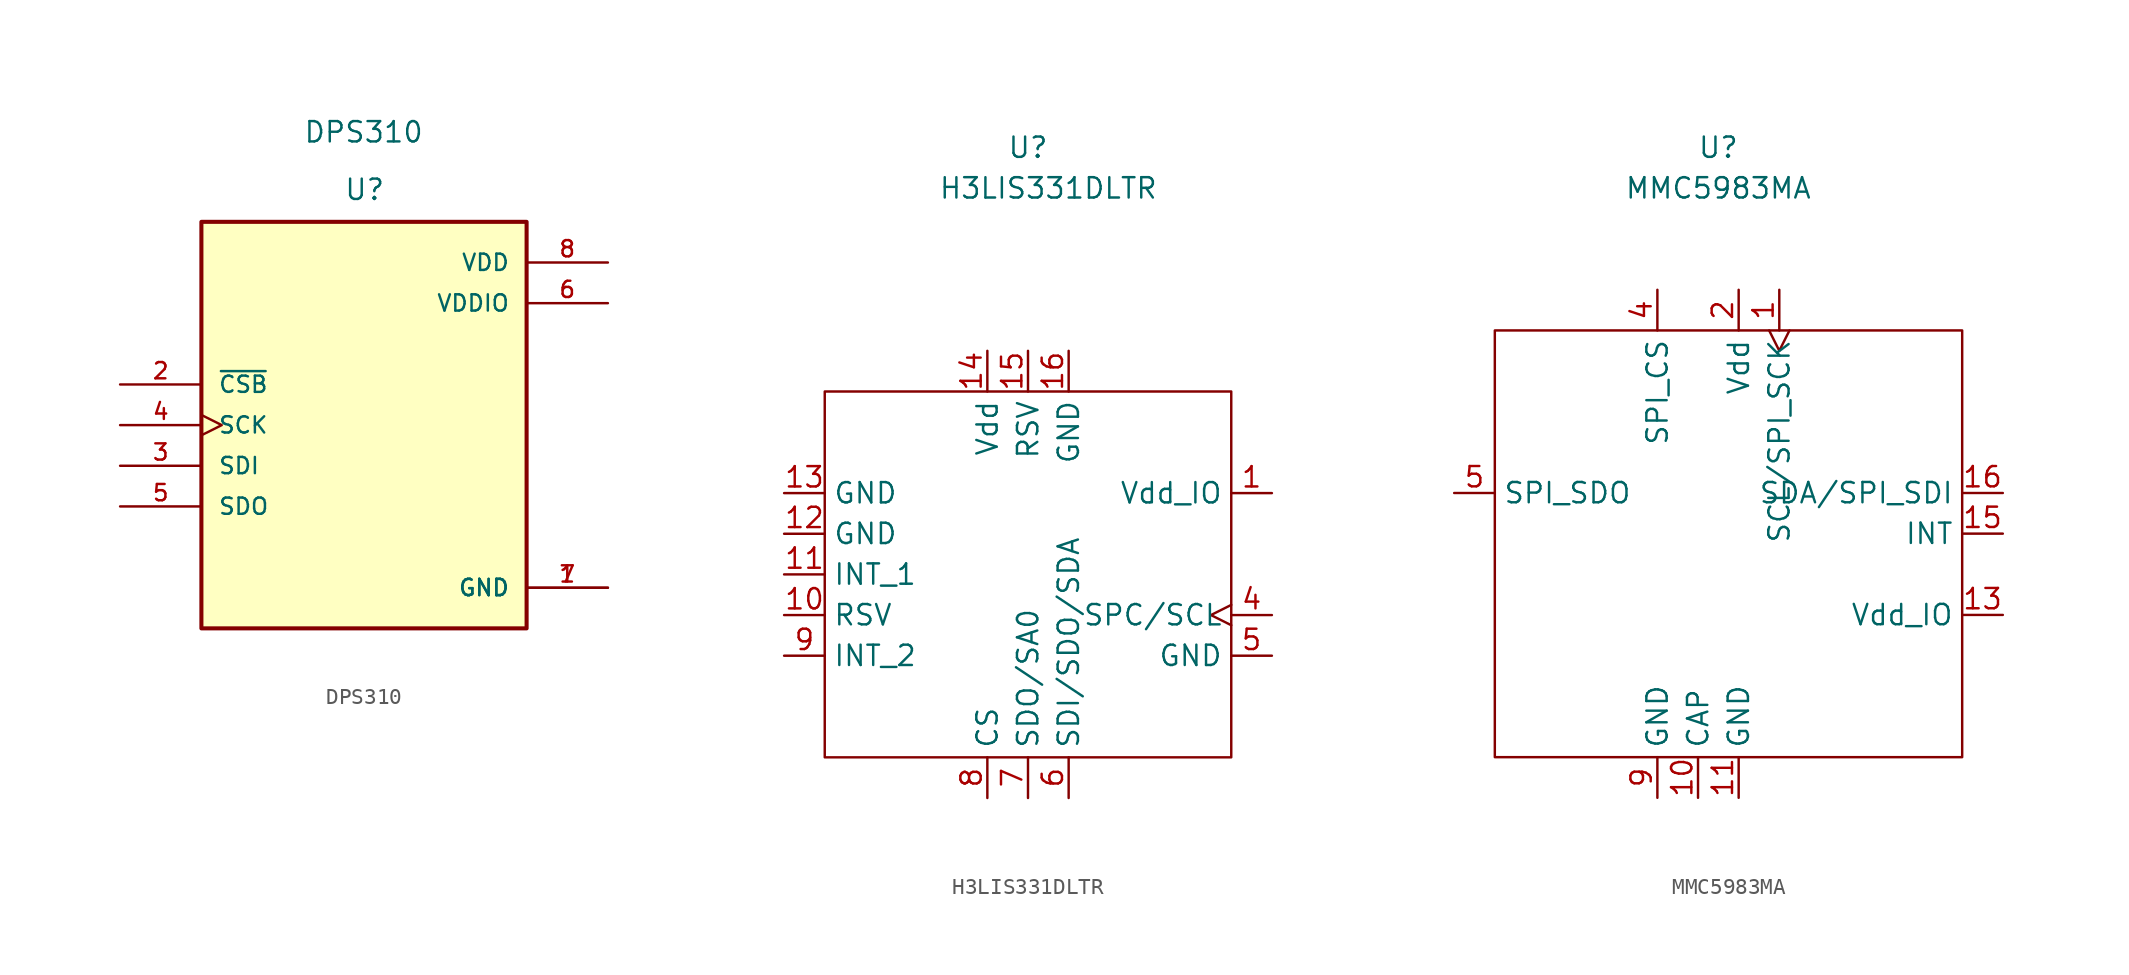
<source format=kicad_sym>
(kicad_symbol_lib
  (version 20211014)
  (generator kicad_symbol_editor)
  (symbol "DPS310"
    (pin_names
      (offset 1.016))
    (property "Reference" "U"
      (at -1.27 13.97 0)
      (effects (font (size 1.27 1.27)) (justify left bottom)))
    (property "Value" "DPS310"
      (at -3.81 19.05 0)
      (effects (font (size 1.27 1.27)) (justify left top)))
    (symbol "DPS310_0_0"
      (rectangle (start -10.16 -12.7) (end 10.16 12.7) (stroke (width 0.254) (type default) (color 0 0 0 0)) (fill (type background)))
      (pin power_in line (at 15.24 -10.16 180) (length 5.08) (name "GND" (effects (font (size 1.016 1.016)))) (number "1" (effects (font (size 1.016 1.016)))))
      (pin input line (at -15.24 2.54 0) (length 5.08) (name "~{CSB}" (effects (font (size 1.016 1.016)))) (number "2" (effects (font (size 1.016 1.016)))))
      (pin bidirectional line (at -15.24 -2.54 0) (length 5.08) (name "SDI" (effects (font (size 1.016 1.016)))) (number "3" (effects (font (size 1.016 1.016)))))
      (pin input clock (at -15.24 0 0) (length 5.08) (name "SCK" (effects (font (size 1.016 1.016)))) (number "4" (effects (font (size 1.016 1.016)))))
      (pin output line (at -15.24 -5.08 0) (length 5.08) (name "SDO" (effects (font (size 1.016 1.016)))) (number "5" (effects (font (size 1.016 1.016)))))
      (pin power_in line (at 15.24 7.62 180) (length 5.08) (name "VDDIO" (effects (font (size 1.016 1.016)))) (number "6" (effects (font (size 1.016 1.016)))))
      (pin power_in line (at 15.24 -10.16 180) (length 5.08) (name "GND" (effects (font (size 1.016 1.016)))) (number "7" (effects (font (size 1.016 1.016)))))
      (pin power_in line (at 15.24 10.16 180) (length 5.08) (name "VDD" (effects (font (size 1.016 1.016)))) (number "8" (effects (font (size 1.016 1.016)))))))
  (symbol "H3LIS331DLTR"
    (property "Reference" "U"
      (at 0 26.67 0)
      (effects (font (size 1.27 1.27))))
    (property "Value" "H3LIS331DLTR"
      (at 1.27 24.13 0)
      (effects (font (size 1.27 1.27))))
    (symbol "H3LIS331DLTR_0_1"
      (rectangle (start -12.7 11.43) (end 12.7 -11.43) (stroke (width 0) (type default) (color 0 0 0 0)) (fill (type none))))
    (symbol "H3LIS331DLTR_1_1"
      (pin power_in line (at 15.24 5.08 180) (length 2.54) (name "Vdd_IO" (effects (font (size 1.27 1.27)))) (number "1" (effects (font (size 1.27 1.27)))))
      (pin unspecified line (at -15.24 -2.54 0) (length 2.54) (name "RSV" (effects (font (size 1.27 1.27)))) (number "10" (effects (font (size 1.27 1.27)))))
      (pin output line (at -15.24 0 0) (length 2.54) (name "INT_1" (effects (font (size 1.27 1.27)))) (number "11" (effects (font (size 1.27 1.27)))))
      (pin power_in line (at -15.24 2.54 0) (length 2.54) (name "GND" (effects (font (size 1.27 1.27)))) (number "12" (effects (font (size 1.27 1.27)))))
      (pin power_in line (at -15.24 5.08 0) (length 2.54) (name "GND" (effects (font (size 1.27 1.27)))) (number "13" (effects (font (size 1.27 1.27)))))
      (pin power_in line (at -2.54 13.97 270) (length 2.54) (name "Vdd" (effects (font (size 1.27 1.27)))) (number "14" (effects (font (size 1.27 1.27)))))
      (pin power_in line (at 0 13.97 270) (length 2.54) (name "RSV" (effects (font (size 1.27 1.27)))) (number "15" (effects (font (size 1.27 1.27)))))
      (pin power_in line (at 2.54 13.97 270) (length 2.54) (name "GND" (effects (font (size 1.27 1.27)))) (number "16" (effects (font (size 1.27 1.27)))))
      (pin no_connect line (at 15.24 2.54 180) (length 2.54) hide (name "NC" (effects (font (size 1.27 1.27)))) (number "2" (effects (font (size 1.27 1.27)))))
      (pin no_connect line (at 15.24 0 180) (length 2.54) hide (name "NC" (effects (font (size 1.27 1.27)))) (number "3" (effects (font (size 1.27 1.27)))))
      (pin input clock (at 15.24 -2.54 180) (length 2.54) (name "SPC/SCL" (effects (font (size 1.27 1.27)))) (number "4" (effects (font (size 1.27 1.27)))))
      (pin power_in line (at 15.24 -5.08 180) (length 2.54) (name "GND" (effects (font (size 1.27 1.27)))) (number "5" (effects (font (size 1.27 1.27)))))
      (pin bidirectional line (at 2.54 -13.97 90) (length 2.54) (name "SDI/SDO/SDA" (effects (font (size 1.27 1.27)))) (number "6" (effects (font (size 1.27 1.27)))))
      (pin output line (at 0 -13.97 90) (length 2.54) (name "SDO/SA0" (effects (font (size 1.27 1.27)))) (number "7" (effects (font (size 1.27 1.27)))))
      (pin input line (at -2.54 -13.97 90) (length 2.54) (name "CS" (effects (font (size 1.27 1.27)))) (number "8" (effects (font (size 1.27 1.27)))))
      (pin output line (at -15.24 -5.08 0) (length 2.54) (name "INT_2" (effects (font (size 1.27 1.27)))) (number "9" (effects (font (size 1.27 1.27)))))))
  (symbol "MMC5983MA"
    (property "Reference" "U"
      (at 0 25.4 0)
      (effects (font (size 1.27 1.27))))
    (property "Value" "MMC5983MA"
      (at 0 22.86 0)
      (effects (font (size 1.27 1.27))))
    (symbol "MMC5983MA_0_1"
      (rectangle (start -13.97 13.97) (end 15.24 -12.7) (stroke (width 0) (type default) (color 0 0 0 0)) (fill (type none))))
    (symbol "MMC5983MA_1_1"
      (pin input clock (at 3.81 16.51 270) (length 2.54) (name "SCL/SPI_SCK" (effects (font (size 1.27 1.27)))) (number "1" (effects (font (size 1.27 1.27)))))
      (pin power_out line (at -1.27 -15.24 90) (length 2.54) (name "CAP" (effects (font (size 1.27 1.27)))) (number "10" (effects (font (size 1.27 1.27)))))
      (pin power_in line (at 1.27 -15.24 90) (length 2.54) (name "GND" (effects (font (size 1.27 1.27)))) (number "11" (effects (font (size 1.27 1.27)))))
      (pin no_connect line (at 3.81 -15.24 90) (length 2.54) hide (name "NC" (effects (font (size 1.27 1.27)))) (number "12" (effects (font (size 1.27 1.27)))))
      (pin power_out line (at 17.78 -3.81 180) (length 2.54) (name "Vdd_IO" (effects (font (size 1.27 1.27)))) (number "13" (effects (font (size 1.27 1.27)))))
      (pin no_connect line (at 17.78 -1.27 180) (length 2.54) hide (name "NC" (effects (font (size 1.27 1.27)))) (number "14" (effects (font (size 1.27 1.27)))))
      (pin output line (at 17.78 1.27 180) (length 2.54) (name "INT" (effects (font (size 1.27 1.27)))) (number "15" (effects (font (size 1.27 1.27)))))
      (pin bidirectional line (at 17.78 3.81 180) (length 2.54) (name "SDA/SPI_SDI" (effects (font (size 1.27 1.27)))) (number "16" (effects (font (size 1.27 1.27)))))
      (pin power_in line (at 1.27 16.51 270) (length 2.54) (name "Vdd" (effects (font (size 1.27 1.27)))) (number "2" (effects (font (size 1.27 1.27)))))
      (pin no_connect line (at -1.27 16.51 270) (length 2.54) hide (name "NC" (effects (font (size 1.27 1.27)))) (number "3" (effects (font (size 1.27 1.27)))))
      (pin input line (at -3.81 16.51 270) (length 2.54) (name "SPI_CS" (effects (font (size 1.27 1.27)))) (number "4" (effects (font (size 1.27 1.27)))))
      (pin output line (at -16.51 3.81 0) (length 2.54) (name "SPI_SDO" (effects (font (size 1.27 1.27)))) (number "5" (effects (font (size 1.27 1.27)))))
      (pin no_connect line (at -16.51 1.27 0) (length 2.54) hide (name "NC" (effects (font (size 1.27 1.27)))) (number "6" (effects (font (size 1.27 1.27)))))
      (pin no_connect line (at -16.51 -1.27 0) (length 2.54) hide (name "NC" (effects (font (size 1.27 1.27)))) (number "7" (effects (font (size 1.27 1.27)))))
      (pin no_connect line (at -16.51 -3.81 0) (length 2.54) hide (name "NC" (effects (font (size 1.27 1.27)))) (number "8" (effects (font (size 1.27 1.27)))))
      (pin power_in line (at -3.81 -15.24 90) (length 2.54) (name "GND" (effects (font (size 1.27 1.27)))) (number "9" (effects (font (size 1.27 1.27))))))))
</source>
